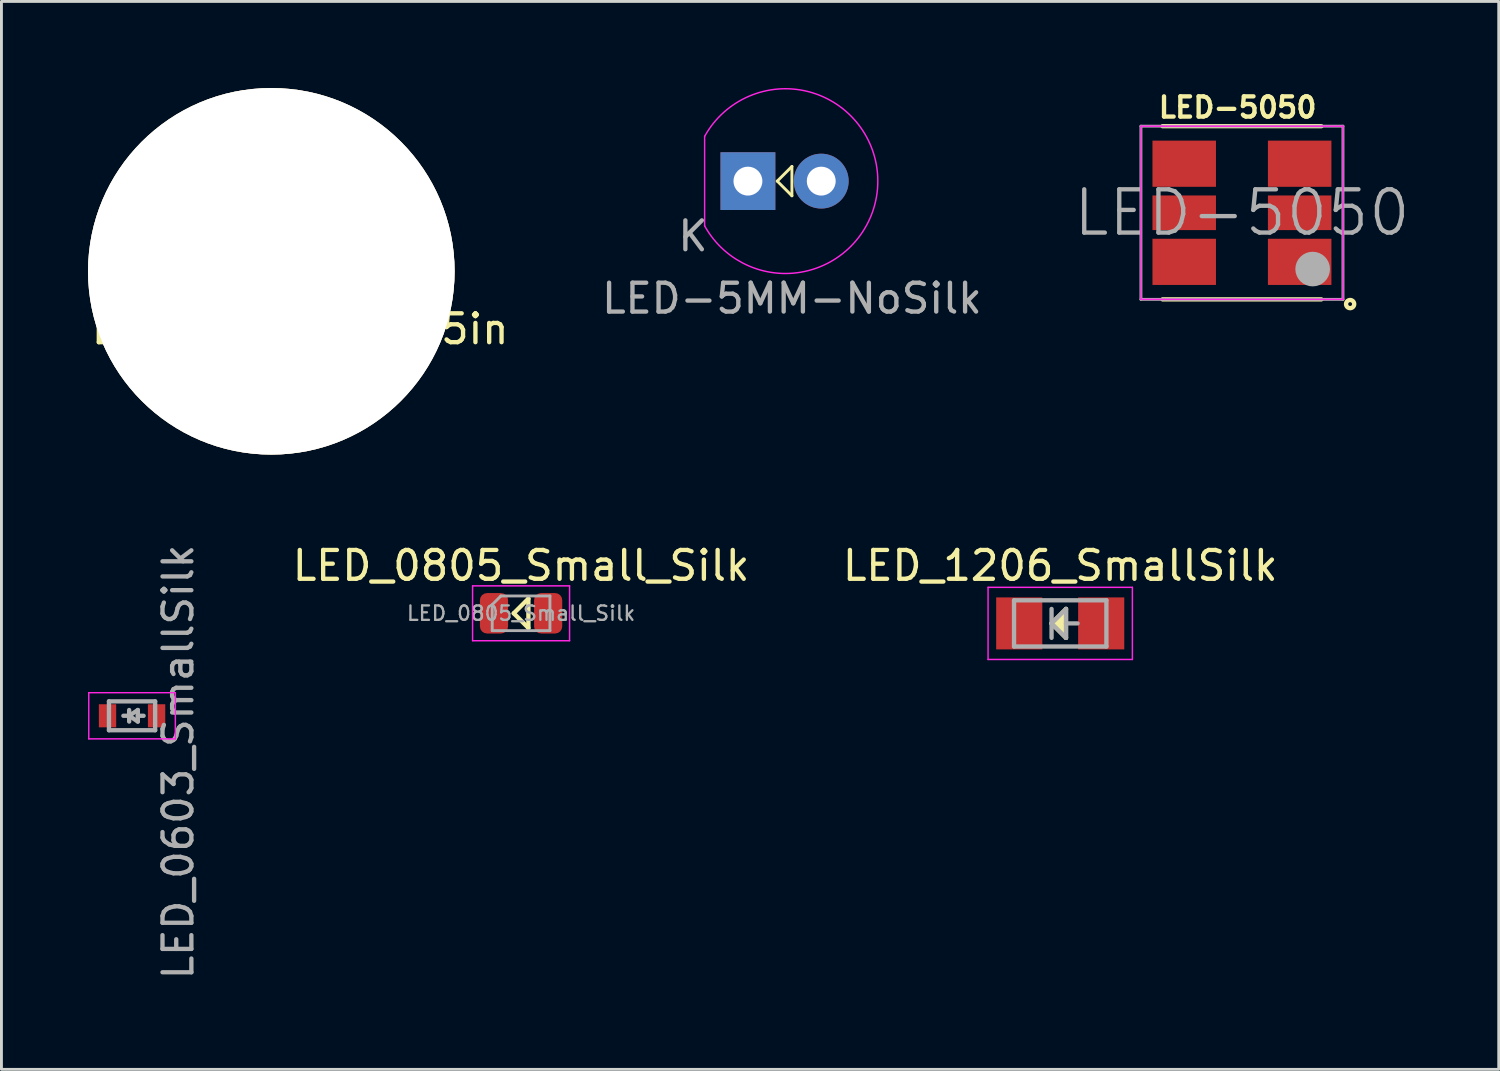
<source format=kicad_pcb>
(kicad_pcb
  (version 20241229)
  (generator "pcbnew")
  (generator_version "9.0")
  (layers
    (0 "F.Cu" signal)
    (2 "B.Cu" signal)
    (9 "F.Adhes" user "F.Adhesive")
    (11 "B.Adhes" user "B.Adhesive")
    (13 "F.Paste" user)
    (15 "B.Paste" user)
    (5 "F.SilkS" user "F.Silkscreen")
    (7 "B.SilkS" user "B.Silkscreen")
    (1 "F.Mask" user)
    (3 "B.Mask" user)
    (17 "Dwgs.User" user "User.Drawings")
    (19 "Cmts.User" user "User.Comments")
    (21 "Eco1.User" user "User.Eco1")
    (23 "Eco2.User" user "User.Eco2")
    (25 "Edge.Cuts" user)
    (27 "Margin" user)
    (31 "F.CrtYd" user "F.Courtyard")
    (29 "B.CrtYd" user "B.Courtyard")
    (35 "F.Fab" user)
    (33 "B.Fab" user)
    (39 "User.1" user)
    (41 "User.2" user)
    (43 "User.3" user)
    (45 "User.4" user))
  (footprint "LED-5MM-NoSilk"
    (layer "F.Cu")
    (at 22.862 3.225)
    (property "Reference" "LED-5MM-NoSilk" (at 1.524 4.064 0) (layer "F.Fab") (effects (font (size 1 1) (thickness 0.15))))
    (attr through_hole)
    (fp_line (start 1.016 0) (end 1.524 -0.508) (stroke (width 0.1) (type solid)) (layer "F.SilkS"))
    (fp_line (start 1.524 -0.508) (end 1.524 0.508) (stroke (width 0.1) (type solid)) (layer "F.SilkS"))
    (fp_line (start 1.524 0.508) (end 1.016 0) (stroke (width 0.1) (type solid)) (layer "F.SilkS"))
    (fp_line (start -1.5 -1.55) (end -1.5 1.55) (stroke (width 0.05) (type solid)) (layer "F.CrtYd"))
    (fp_arc (start -1.498248 -1.55316) (mid 4.50039 0.001807) (end -1.5 1.55) (stroke (width 0.05) (type solid)) (layer "F.CrtYd"))
    (fp_text user "K" (at -1.905 1.905 0) (layer "F.Fab") (effects (font (size 1 1) (thickness 0.15))))
    (pad "1" thru_hole rect (at 0 0 90) (size 2 1.9) (drill 1.001) (layers "*.Cu" "*.Mask"))
    (pad "2" thru_hole circle (at 2.54 0) (size 1.9 1.9) (drill 1.001) (layers "*.Cu" "*.Mask")))
  (footprint "LED_0805_Small_Silk"
    (layer "F.Cu")
    (at 15.003 18.198)
    (property "Reference" "LED_0805_Small_Silk" (at 0 -1.65 0) (layer "F.SilkS") (effects (font (size 1 1) (thickness 0.15))))
    (attr smd)
    (fp_line (start -0.254 0) (end 0.254 0.508) (stroke (width 0.15) (type solid)) (layer "F.SilkS"))
    (fp_line (start 0.254 -0.508) (end -0.254 0) (stroke (width 0.15) (type solid)) (layer "F.SilkS"))
    (fp_line (start 0.254 0.508) (end 0.254 -0.508) (stroke (width 0.15) (type solid)) (layer "F.SilkS"))
    (fp_line (start -1.68 -0.95) (end 1.68 -0.95) (stroke (width 0.05) (type solid)) (layer "F.CrtYd"))
    (fp_line (start -1.68 0.95) (end -1.68 -0.95) (stroke (width 0.05) (type solid)) (layer "F.CrtYd"))
    (fp_line (start 1.68 -0.95) (end 1.68 0.95) (stroke (width 0.05) (type solid)) (layer "F.CrtYd"))
    (fp_line (start 1.68 0.95) (end -1.68 0.95) (stroke (width 0.05) (type solid)) (layer "F.CrtYd"))
    (fp_line (start -1 -0.3) (end -1 0.6) (stroke (width 0.1) (type solid)) (layer "F.Fab"))
    (fp_line (start -1 0.6) (end 1 0.6) (stroke (width 0.1) (type solid)) (layer "F.Fab"))
    (fp_line (start -0.7 -0.6) (end -1 -0.3) (stroke (width 0.1) (type solid)) (layer "F.Fab"))
    (fp_line (start 1 -0.6) (end -0.7 -0.6) (stroke (width 0.1) (type solid)) (layer "F.Fab"))
    (fp_line (start 1 0.6) (end 1 -0.6) (stroke (width 0.1) (type solid)) (layer "F.Fab"))
    (fp_text user "${REFERENCE}" (at 0 0 0) (layer "F.Fab") (effects (font (size 0.5 0.5) (thickness 0.08))))
    (pad "1" smd roundrect (at -0.938 0) (size 0.975 1.4) (layers "F.Cu" "F.Mask" "F.Paste") (roundrect_rratio 0.25))
    (pad "2" smd roundrect (at 0.938 0) (size 0.975 1.4) (layers "F.Cu" "F.Mask" "F.Paste") (roundrect_rratio 0.25)))
  (footprint "LED-5050"
    (layer "F.Cu")
    (at 40.026 4.285)
    (property "Reference" "LED-5050" (at -0.198 -3.613 180) (layer "F.SilkS") (effects (font (size 0.7 0.7) (thickness 0.15))))
    (attr through_hole)
    (fp_line (start 2.702 -2.963) (end -2.798 -2.963) (stroke (width 0.15) (type solid)) (layer "F.SilkS"))
    (fp_line (start 2.702 3.037) (end -2.798 3.037) (stroke (width 0.15) (type solid)) (layer "F.SilkS"))
    (fp_circle (center 3.7 3.2) (end 3.6 3.1) (stroke (width 0.15) (type solid)) (fill no) (layer "F.SilkS"))
    (fp_line (start -3.548 -2.963) (end 3.452 -2.963) (stroke (width 0.05) (type solid)) (layer "F.CrtYd"))
    (fp_line (start -3.548 3.037) (end -3.548 -2.963) (stroke (width 0.05) (type solid)) (layer "F.CrtYd"))
    (fp_line (start 3.452 -2.963) (end 3.452 3.037) (stroke (width 0.05) (type solid)) (layer "F.CrtYd"))
    (fp_line (start 3.452 3.037) (end -3.548 3.037) (stroke (width 0.05) (type solid)) (layer "F.CrtYd"))
    (fp_line (start -3.548 -2.963) (end 3.452 -2.963) (stroke (width 0.1) (type solid)) (layer "F.Fab"))
    (fp_line (start -3.548 3.037) (end -3.548 -2.963) (stroke (width 0.1) (type solid)) (layer "F.Fab"))
    (fp_line (start 3.452 -2.963) (end 3.452 3.037) (stroke (width 0.1) (type solid)) (layer "F.Fab"))
    (fp_line (start 3.452 3.037) (end -3.548 3.037) (stroke (width 0.1) (type solid)) (layer "F.Fab"))
    (fp_circle (center 2.402 1.987) (end 2.402 1.687) (stroke (width 0.6) (type solid)) (fill no) (layer "F.Fab"))
    (fp_text user "${REFERENCE}" (at -0.048 0.037 180) (layer "F.Fab") (effects (font (size 1.5 1.5) (thickness 0.15))))
    (pad "1" smd rect (at 1.952 1.737 90) (size 1.6 2.2) (layers "F.Cu" "F.Mask" "F.Paste"))
    (pad "2" smd rect (at 1.952 0.037 90) (size 1.2 2.2) (layers "F.Cu" "F.Mask" "F.Paste"))
    (pad "3" smd rect (at 1.952 -1.663 90) (size 1.6 2.2) (layers "F.Cu" "F.Mask" "F.Paste"))
    (pad "4" smd rect (at -2.048 -1.663 90) (size 1.6 2.2) (layers "F.Cu" "F.Mask" "F.Paste"))
    (pad "5" smd rect (at -2.048 0.037 90) (size 1.2 2.2) (layers "F.Cu" "F.Mask" "F.Paste"))
    (pad "6" smd rect (at -2.048 1.737 90) (size 1.6 2.2) (layers "F.Cu" "F.Mask" "F.Paste")))
  (footprint "LED_1206_SmallSilk"
    (layer "F.Cu")
    (at 33.682 18.548)
    (property "Reference" "LED_1206_SmallSilk" (at 0 -2 0) (layer "F.SilkS") (effects (font (size 1 1) (thickness 0.15))))
    (attr smd)
    (fp_line (start -0.3 0) (end 0.2 -0.5) (stroke (width 0.15) (type solid)) (layer "F.SilkS"))
    (fp_line (start -0.2 0) (end 0 -0.2) (stroke (width 0.15) (type solid)) (layer "F.SilkS"))
    (fp_line (start 0 -0.2) (end 0 0.05) (stroke (width 0.15) (type solid)) (layer "F.SilkS"))
    (fp_line (start 0 0.05) (end -0.05 0) (stroke (width 0.15) (type solid)) (layer "F.SilkS"))
    (fp_line (start 0.1 -0.3) (end 0.1 0.3) (stroke (width 0.15) (type solid)) (layer "F.SilkS"))
    (fp_line (start 0.1 0.3) (end -0.2 0) (stroke (width 0.15) (type solid)) (layer "F.SilkS"))
    (fp_line (start 0.2 -0.5) (end 0.2 0.5) (stroke (width 0.15) (type solid)) (layer "F.SilkS"))
    (fp_line (start 0.2 0.5) (end -0.3 0) (stroke (width 0.15) (type solid)) (layer "F.SilkS"))
    (fp_line (start -2.5 -1.25) (end -2.5 1.25) (stroke (width 0.05) (type solid)) (layer "F.CrtYd"))
    (fp_line (start -2.5 1.25) (end 2.5 1.25) (stroke (width 0.05) (type solid)) (layer "F.CrtYd"))
    (fp_line (start 2.5 -1.25) (end -2.5 -1.25) (stroke (width 0.05) (type solid)) (layer "F.CrtYd"))
    (fp_line (start 2.5 1.25) (end 2.5 -1.25) (stroke (width 0.05) (type solid)) (layer "F.CrtYd"))
    (fp_line (start -1.6 -0.8) (end 1.6 -0.8) (stroke (width 0.15) (type solid)) (layer "F.Fab"))
    (fp_line (start -1.6 0.8) (end -1.6 -0.8) (stroke (width 0.15) (type solid)) (layer "F.Fab"))
    (fp_line (start -0.3 -0.5) (end -0.3 0.5) (stroke (width 0.15) (type solid)) (layer "F.Fab"))
    (fp_line (start -0.3 0) (end 0.2 -0.5) (stroke (width 0.15) (type solid)) (layer "F.Fab"))
    (fp_line (start 0.2 -0.5) (end 0.2 0.5) (stroke (width 0.15) (type solid)) (layer "F.Fab"))
    (fp_line (start 0.2 0) (end 0.6 0) (stroke (width 0.15) (type solid)) (layer "F.Fab"))
    (fp_line (start 0.2 0.5) (end -0.3 0) (stroke (width 0.15) (type solid)) (layer "F.Fab"))
    (fp_line (start 1.6 -0.8) (end 1.6 0.8) (stroke (width 0.15) (type solid)) (layer "F.Fab"))
    (fp_line (start 1.6 0.8) (end -1.6 0.8) (stroke (width 0.15) (type solid)) (layer "F.Fab"))
    (pad "1" smd rect (at -1.42 0 180) (size 1.598 1.801) (layers "F.Cu" "F.Mask" "F.Paste"))
    (pad "2" smd rect (at 1.42 0 180) (size 1.598 1.801) (layers "F.Cu" "F.Mask" "F.Paste")))
  (footprint "LED_0603_SmallSilk"
    (layer "F.Cu")
    (at 1.525 21.749)
    (property "Reference" "LED_0603_SmallSilk" (at 1.6 1.6 90) (layer "F.Fab") (effects (font (size 1 1) (thickness 0.15))))
    (attr smd)
    (fp_line (start -0.1 -0.2) (end -0.1 0.2) (stroke (width 0.08) (type solid)) (layer "F.SilkS"))
    (fp_line (start -0.1 0) (end 0.2 0.2) (stroke (width 0.08) (type solid)) (layer "F.SilkS"))
    (fp_line (start 0.2 -0.2) (end -0.1 0) (stroke (width 0.08) (type solid)) (layer "F.SilkS"))
    (fp_line (start 0.2 0.2) (end 0.2 -0.2) (stroke (width 0.08) (type solid)) (layer "F.SilkS"))
    (fp_line (start -1.5 -0.8) (end -1.5 0.8) (stroke (width 0.05) (type solid)) (layer "F.CrtYd"))
    (fp_line (start -1.5 0.8) (end 1.5 0.8) (stroke (width 0.05) (type solid)) (layer "F.CrtYd"))
    (fp_line (start 1.5 -0.8) (end -1.5 -0.8) (stroke (width 0.05) (type solid)) (layer "F.CrtYd"))
    (fp_line (start 1.5 0.8) (end 1.5 -0.8) (stroke (width 0.05) (type solid)) (layer "F.CrtYd"))
    (fp_line (start -0.8 -0.5) (end 0.8 -0.5) (stroke (width 0.15) (type solid)) (layer "F.Fab"))
    (fp_line (start -0.8 0.5) (end -0.8 -0.5) (stroke (width 0.15) (type solid)) (layer "F.Fab"))
    (fp_line (start -0.1 -0.2) (end -0.1 0.2) (stroke (width 0.15) (type solid)) (layer "F.Fab"))
    (fp_line (start -0.1 0) (end -0.3 0) (stroke (width 0.15) (type solid)) (layer "F.Fab"))
    (fp_line (start -0.1 0) (end 0.2 0.2) (stroke (width 0.15) (type solid)) (layer "F.Fab"))
    (fp_line (start 0.2 -0.2) (end -0.1 0) (stroke (width 0.15) (type solid)) (layer "F.Fab"))
    (fp_line (start 0.2 0) (end 0.4 0) (stroke (width 0.15) (type solid)) (layer "F.Fab"))
    (fp_line (start 0.2 0.2) (end 0.2 -0.2) (stroke (width 0.15) (type solid)) (layer "F.Fab"))
    (fp_line (start 0.8 -0.5) (end 0.8 0.5) (stroke (width 0.15) (type solid)) (layer "F.Fab"))
    (fp_line (start 0.8 0.5) (end -0.8 0.5) (stroke (width 0.15) (type solid)) (layer "F.Fab"))
    (pad "1" smd rect (at -0.85 0) (size 0.6 0.8) (layers "F.Cu" "F.Mask" "F.Paste"))
    (pad "2" smd rect (at 0.85 0) (size 0.6 0.8) (layers "F.Cu" "F.Mask" "F.Paste")))
  (footprint "Lanyard_Hole_0.5in"
    (layer "F.Cu")
    (at 7.35 6.35)
    (property "Reference" "Lanyard_Hole_0.5in" (at 0 2 0) (layer "F.SilkS") (effects (font (size 1 1) (thickness 0.15))))
    (attr through_hole)
    (pad "1" thru_hole circle (at -1 0) (size 12.7 12.7) (drill 12.7) (layers "*.Cu" "*.Mask" "F.SilkS")))
  (gr_rect
    (start -3 -3)
    (end 48.875 33.998)
    (stroke (width 0.1) (type default))
    (fill no)
    (layer "Edge.Cuts")))
</source>
